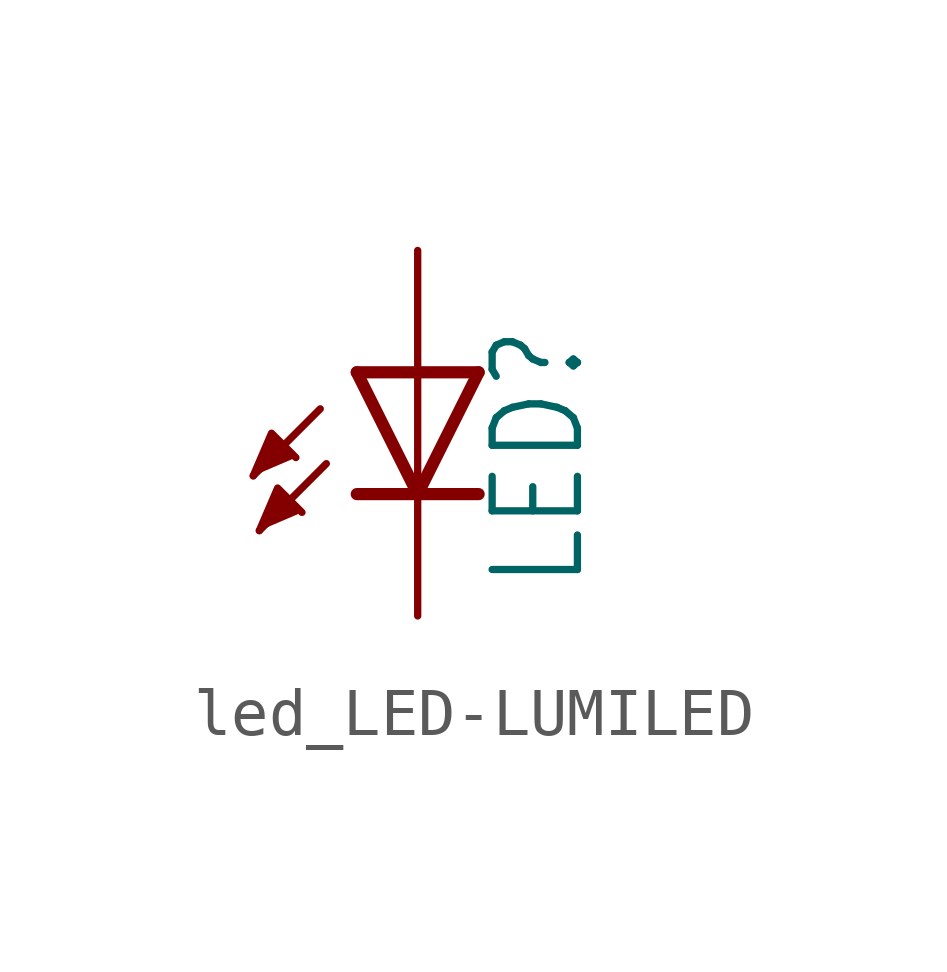
<source format=kicad_sym>
(kicad_symbol_lib
  (version 20231120)
  (generator "kicad_symbol_editor")
  (generator_version "8.0")
  (symbol "led_LED-LUMILED"
    (property "Reference" "LED"
      (at 3.556 -4.572 90)
      (effects (font (size 1.778 1.511)) (justify left bottom)))
    (property "Value" ""
      (at 5.715 -4.572 90)
      (effects (font (size 1.778 1.511)) (justify left bottom)))
    (property "ki_locked" ""
      (at 0 0 0)
      (effects (font (size 1.27 1.27))))
    (symbol "led_LED-LUMILED_1_0"
      (polyline (pts (xy -2.032 -0.762) (xy -3.429 -2.159)) (stroke (width 0.152) (type solid)) (fill (type none)))
      (polyline (pts (xy -1.905 -1.905) (xy -3.302 -3.302)) (stroke (width 0.152) (type solid)) (fill (type none)))
      (polyline (pts (xy 0 -2.54) (xy -1.27 -2.54)) (stroke (width 0.254) (type solid)) (fill (type none)))
      (polyline (pts (xy 0 -2.54) (xy -1.27 0)) (stroke (width 0.254) (type solid)) (fill (type none)))
      (polyline (pts (xy 0 0) (xy -1.27 0)) (stroke (width 0.254) (type solid)) (fill (type none)))
      (polyline (pts (xy 0 0) (xy 0 -2.54)) (stroke (width 0.152) (type solid)) (fill (type none)))
      (polyline (pts (xy 1.27 -2.54) (xy 0 -2.54)) (stroke (width 0.254) (type solid)) (fill (type none)))
      (polyline (pts (xy 1.27 0) (xy 0 -2.54)) (stroke (width 0.254) (type solid)) (fill (type none)))
      (polyline (pts (xy 1.27 0) (xy 0 0)) (stroke (width 0.254) (type solid)) (fill (type none)))
      (polyline (pts (xy -3.429 -2.159) (xy -3.048 -1.27) (xy -2.54 -1.778)) (stroke (width 0.152) (type solid)) (fill (type outline)))
      (polyline (pts (xy -3.302 -3.302) (xy -2.921 -2.413) (xy -2.413 -2.921)) (stroke (width 0.152) (type solid)) (fill (type outline)))
      (pin passive line (at 0 2.54 270) (length 2.54) (name "A" (effects (font (size 0 0)))) (number "2+" (effects (font (size 0 0)))))
      (pin passive line (at 0 -5.08 90) (length 2.54) (name "C" (effects (font (size 0 0)))) (number "4-" (effects (font (size 0 0))))))))
</source>
